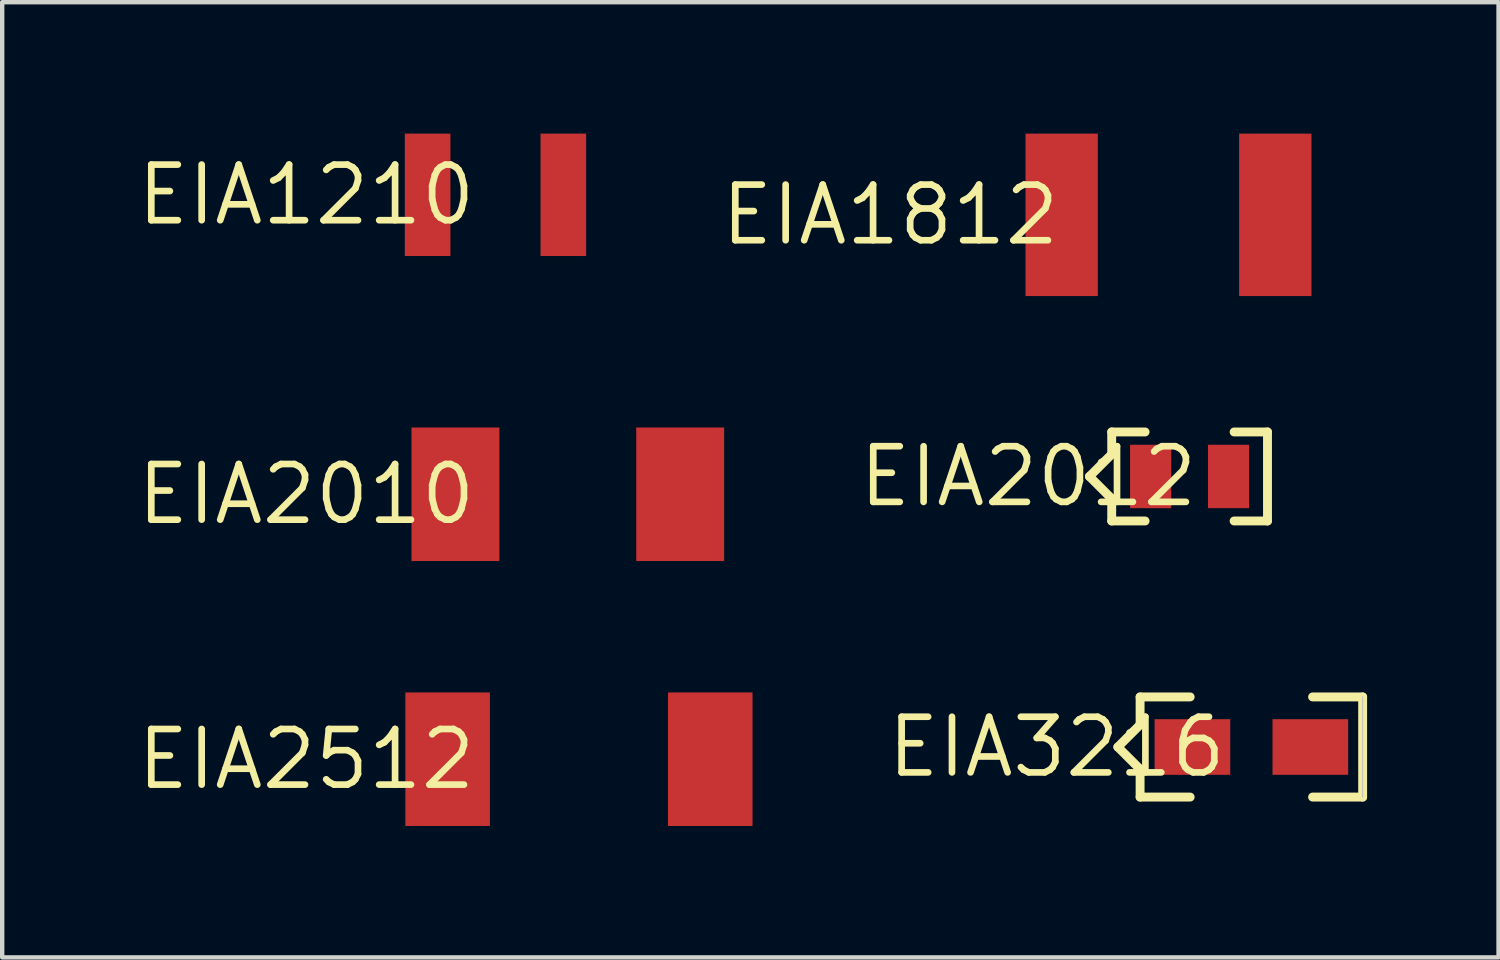
<source format=kicad_pcb>
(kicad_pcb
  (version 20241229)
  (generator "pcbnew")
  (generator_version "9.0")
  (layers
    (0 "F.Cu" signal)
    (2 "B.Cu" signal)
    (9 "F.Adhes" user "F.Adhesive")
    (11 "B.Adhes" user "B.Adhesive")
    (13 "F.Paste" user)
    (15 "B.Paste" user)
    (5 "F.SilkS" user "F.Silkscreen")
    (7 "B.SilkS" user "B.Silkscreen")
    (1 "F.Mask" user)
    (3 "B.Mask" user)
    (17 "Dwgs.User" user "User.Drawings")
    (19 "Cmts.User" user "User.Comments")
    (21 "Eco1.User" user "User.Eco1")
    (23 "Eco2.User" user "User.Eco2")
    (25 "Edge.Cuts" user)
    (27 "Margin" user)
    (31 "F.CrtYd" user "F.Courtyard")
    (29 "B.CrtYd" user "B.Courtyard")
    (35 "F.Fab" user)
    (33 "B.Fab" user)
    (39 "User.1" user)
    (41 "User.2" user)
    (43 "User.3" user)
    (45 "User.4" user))
  (footprint "EIA2010"
    (layer "F.Cu")
    (at 9.911 8.232)
    (property "Reference" "EIA2010" (at -5.969 0 0) (layer "F.SilkS") (effects (font (size 1.27 1.27) (thickness 0.152))))
    (attr smd)
    (pad "1" smd rect (at -2.565 0 90) (size 3.048 2.007) (layers "F.Cu" "F.Mask" "F.Paste" "Eco1.User"))
    (pad "2" smd rect (at 2.565 0 90) (size 3.048 2.007) (layers "F.Cu" "F.Mask" "F.Paste" "Eco1.User")))
  (footprint "EIA2512"
    (layer "F.Cu")
    (at 10.165 14.28)
    (property "Reference" "EIA2512" (at -6.223 0 0) (layer "F.SilkS") (effects (font (size 1.27 1.27) (thickness 0.152))))
    (attr through_hole)
    (pad "1" smd rect (at -2.997 0) (size 1.93 3.048) (layers "F.Cu" "F.Mask" "F.Paste" "Eco1.User"))
    (pad "2" smd rect (at 2.997 0) (size 1.93 3.048) (layers "F.Cu" "F.Mask" "F.Paste" "Eco1.User")))
  (footprint "EIA1210"
    (layer "F.Cu")
    (at 8.26 1.397)
    (property "Reference" "EIA1210" (at -4.318 0 0) (layer "F.SilkS") (effects (font (size 1.27 1.27) (thickness 0.152))))
    (attr smd)
    (pad "1" smd rect (at -1.549 0) (size 1.041 2.794) (layers "F.Cu" "F.Mask" "F.Paste" "Eco1.User"))
    (pad "2" smd rect (at 1.549 0) (size 1.041 2.794) (layers "F.Cu" "F.Mask" "F.Paste" "Eco1.User")))
  (footprint "EIA1812"
    (layer "F.Cu")
    (at 23.622 1.854)
    (property "Reference" "EIA1812" (at -6.35 0 0) (layer "F.SilkS") (effects (font (size 1.27 1.27) (thickness 0.152))))
    (attr smd)
    (pad "1" smd rect (at -2.438 0) (size 1.651 3.708) (layers "F.Cu" "F.Mask" "F.Paste" "Eco1.User"))
    (pad "2" smd rect (at 2.438 0) (size 1.651 3.708) (layers "F.Cu" "F.Mask" "F.Paste" "Eco1.User")))
  (footprint "EIA3216"
    (layer "F.Cu")
    (at 25.514 14.001)
    (property "Reference" "EIA3216" (at -4.445 0 0) (layer "F.SilkS") (effects (font (size 1.27 1.27) (thickness 0.152))))
    (attr smd)
    (fp_line (start -3.048 0) (end -2.54 -0.508) (stroke (width 0.203) (type solid)) (layer "F.SilkS"))
    (fp_line (start -2.54 -1.143) (end -1.397 -1.143) (stroke (width 0.203) (type solid)) (layer "F.SilkS"))
    (fp_line (start -2.54 -0.508) (end -2.54 -1.143) (stroke (width 0.203) (type solid)) (layer "F.SilkS"))
    (fp_line (start -2.54 0.508) (end -3.048 0) (stroke (width 0.203) (type solid)) (layer "F.SilkS"))
    (fp_line (start -2.54 1.143) (end -2.54 0.508) (stroke (width 0.203) (type solid)) (layer "F.SilkS"))
    (fp_line (start -1.397 1.143) (end -2.54 1.143) (stroke (width 0.203) (type solid)) (layer "F.SilkS"))
    (fp_line (start 1.397 1.143) (end 2.54 1.143) (stroke (width 0.203) (type solid)) (layer "F.SilkS"))
    (fp_line (start 2.54 -1.143) (end 1.397 -1.143) (stroke (width 0.203) (type solid)) (layer "F.SilkS"))
    (fp_line (start 2.54 1.143) (end 2.54 -1.143) (stroke (width 0.203) (type solid)) (layer "F.SilkS"))
    (fp_line (start 2.54 1.143) (end 2.54 -1.143) (stroke (width 0.025) (type solid)) (layer "Dwgs.User"))
    (pad "1" smd rect (at -1.346 0) (size 1.727 1.27) (layers "F.Cu" "F.Mask" "F.Paste" "Eco1.User"))
    (pad "2" smd rect (at 1.346 0) (size 1.727 1.27) (layers "F.Cu" "F.Mask" "F.Paste" "Eco1.User")))
  (footprint "EIA2012"
    (layer "F.Cu")
    (at 24.104 7.826)
    (property "Reference" "EIA2012" (at -3.683 0 0) (layer "F.SilkS") (effects (font (size 1.27 1.27) (thickness 0.152))))
    (attr smd)
    (fp_line (start -2.286 0) (end -1.778 -0.508) (stroke (width 0.203) (type solid)) (layer "F.SilkS"))
    (fp_line (start -1.778 -1.016) (end -1.016 -1.016) (stroke (width 0.203) (type solid)) (layer "F.SilkS"))
    (fp_line (start -1.778 -0.508) (end -1.778 -1.016) (stroke (width 0.203) (type solid)) (layer "F.SilkS"))
    (fp_line (start -1.778 0.508) (end -2.286 0) (stroke (width 0.203) (type solid)) (layer "F.SilkS"))
    (fp_line (start -1.778 1.016) (end -1.778 0.508) (stroke (width 0.203) (type solid)) (layer "F.SilkS"))
    (fp_line (start -1.016 1.016) (end -1.778 1.016) (stroke (width 0.203) (type solid)) (layer "F.SilkS"))
    (fp_line (start 1.016 -1.016) (end 1.778 -1.016) (stroke (width 0.203) (type solid)) (layer "F.SilkS"))
    (fp_line (start 1.778 -1.016) (end 1.778 1.016) (stroke (width 0.203) (type solid)) (layer "F.SilkS"))
    (fp_line (start 1.778 1.016) (end 1.016 1.016) (stroke (width 0.203) (type solid)) (layer "F.SilkS"))
    (pad "1" smd rect (at -0.889 0 90) (size 1.448 0.94) (layers "F.Cu" "F.Mask" "F.Paste" "Eco1.User"))
    (pad "2" smd rect (at 0.889 0 90) (size 1.448 0.94) (layers "F.Cu" "F.Mask" "F.Paste" "Eco1.User")))
  (gr_rect
    (start -3 -3)
    (end 31.156 18.804)
    (stroke (width 0.1) (type default))
    (fill no)
    (layer "Edge.Cuts")))
</source>
